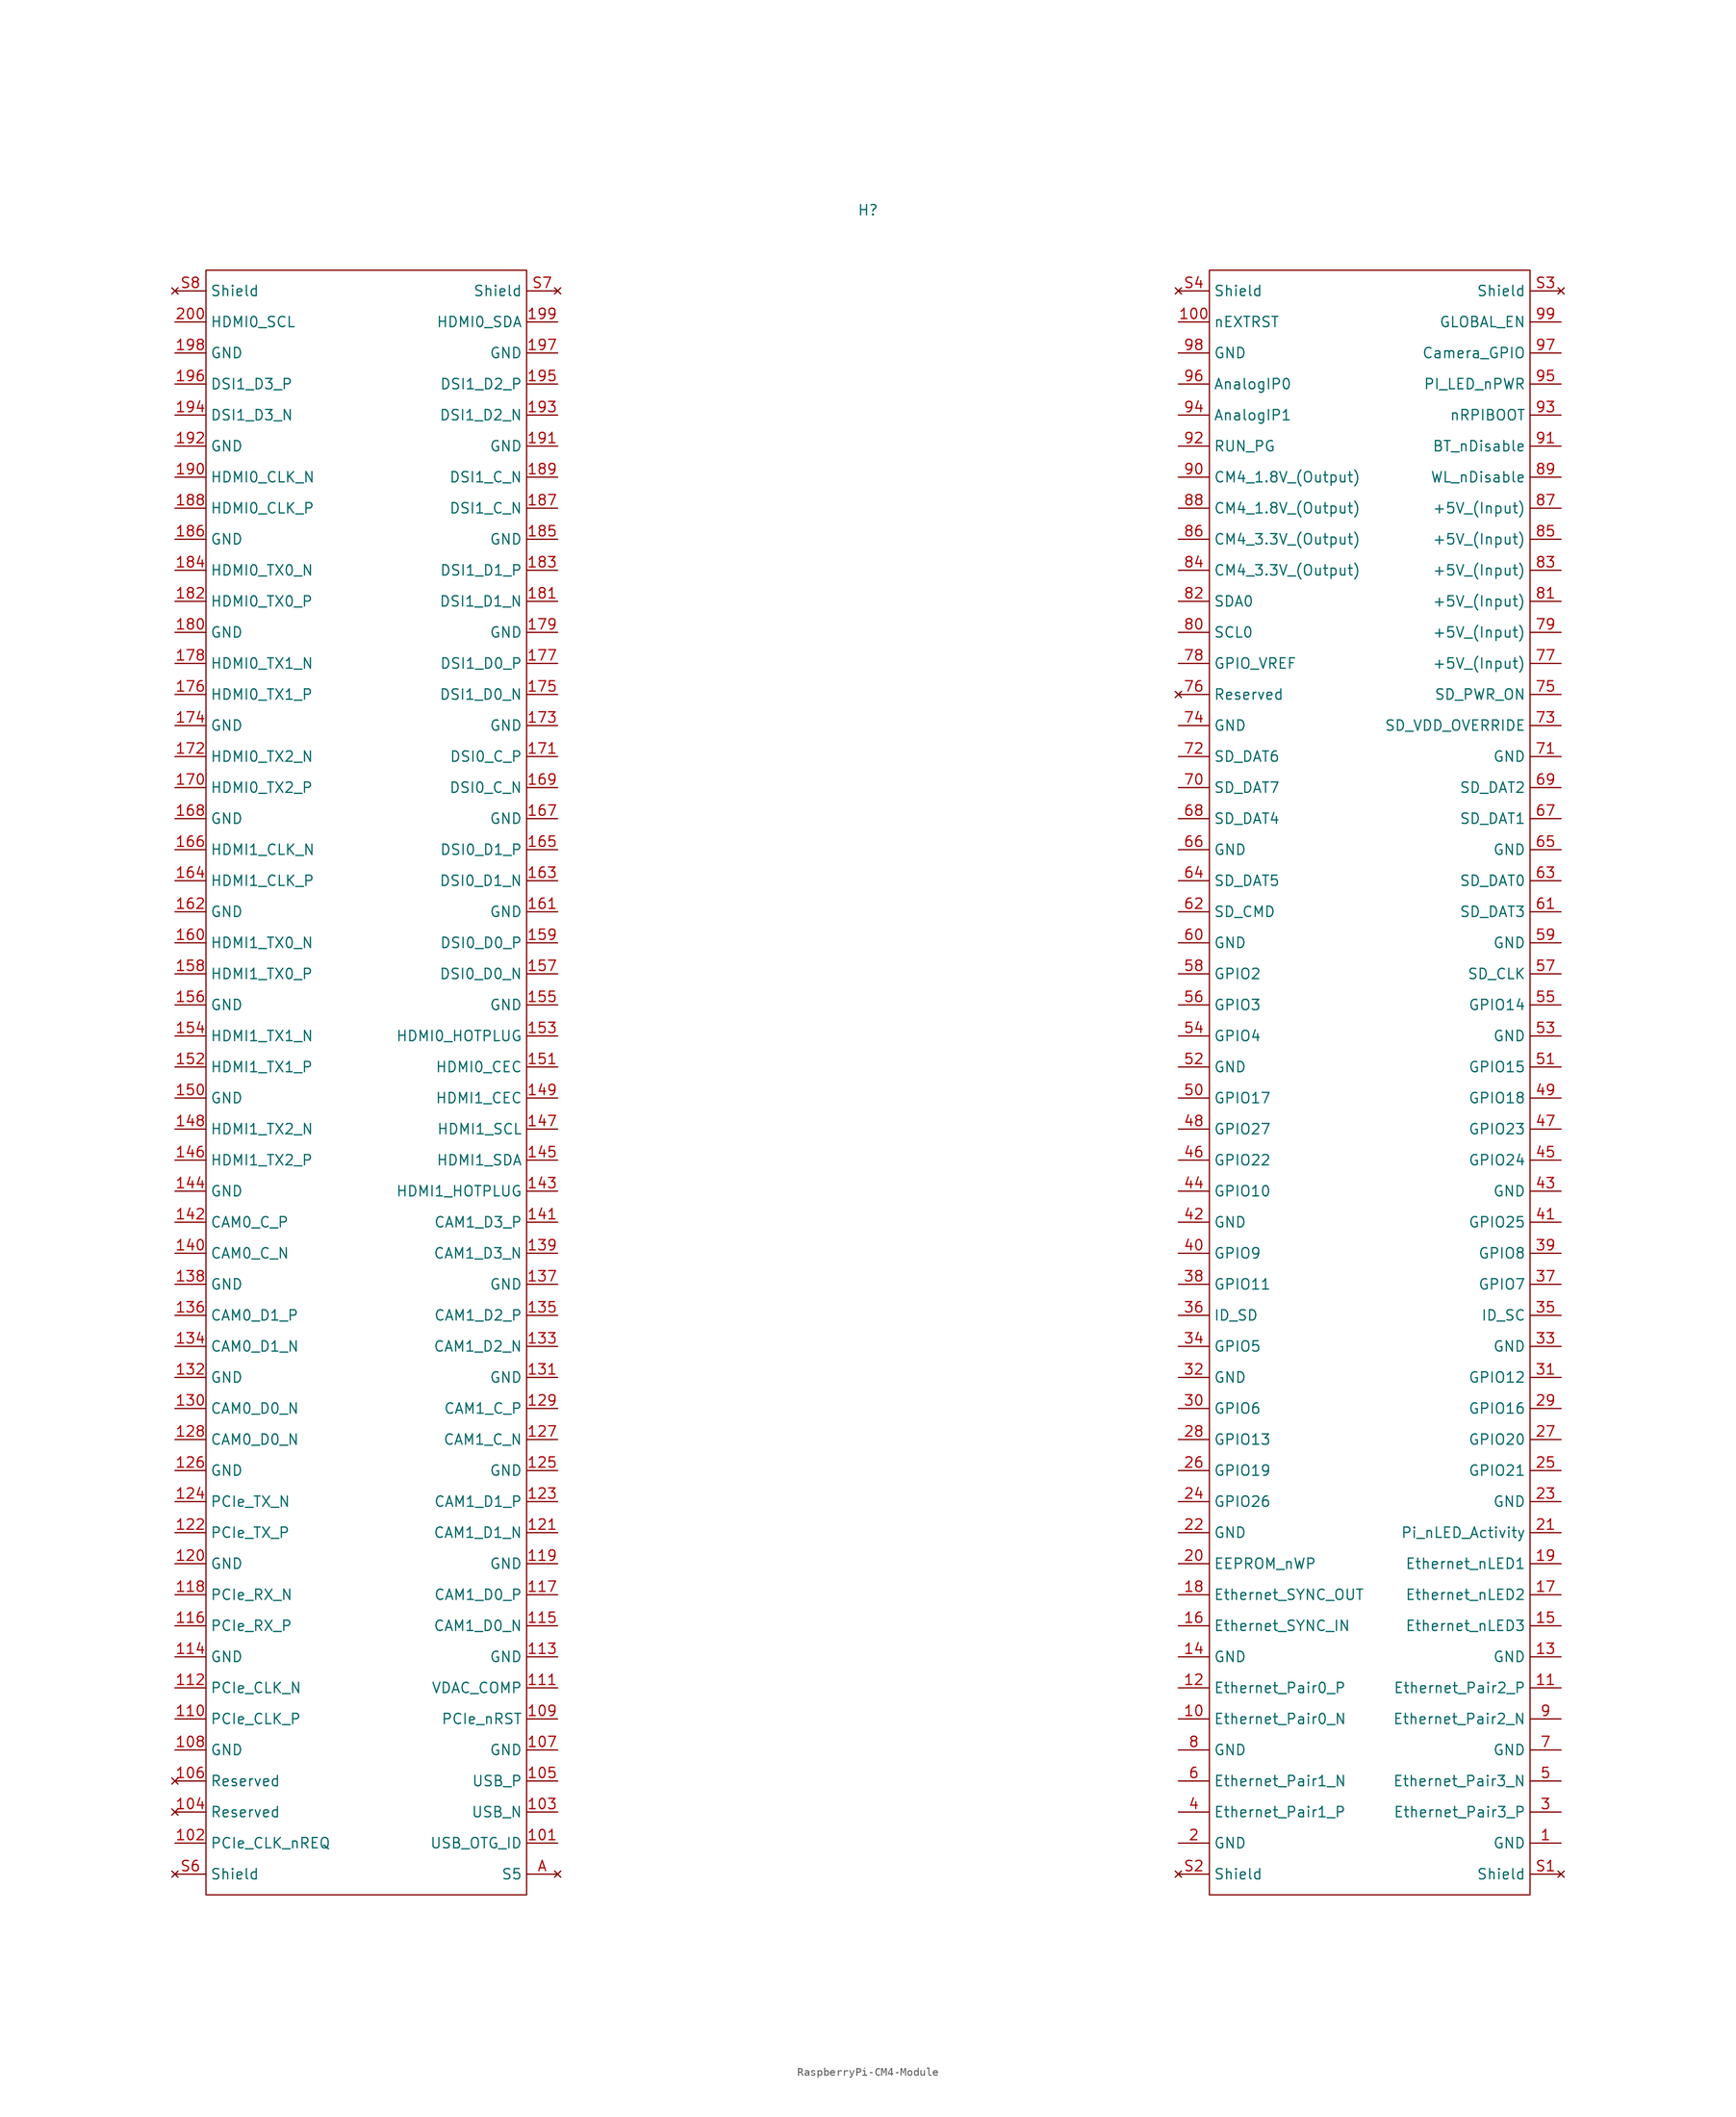
<source format=kicad_sym>
(kicad_symbol_lib
  (version 20241209)
  (generator "kicad_symbol_editor")
  (generator_version "9.0")
  (symbol "RaspberryPi-CM4-Module"
    (property "Reference" "H"
      (at 0 106.426 0)
      (effects (font (size 1.27 1.27))))
    (property "Value" ""
      (at 0 0 0)
      (effects (font (size 1.27 1.27))))
    (symbol "RaspberryPi-CM4-Module_0_1"
      (rectangle (start -81.28 99.06) (end -41.91 -100.33) (stroke (width 0) (type default)) (fill (type none)))
      (rectangle (start 41.91 99.06) (end 81.28 -100.33) (stroke (width 0) (type default)) (fill (type none))))
    (symbol "RaspberryPi-CM4-Module_1_1"
      (pin no_connect line (at -85.09 96.52 0) (length 3.81) (name "Shield" (effects (font (size 1.27 1.27)))) (number "S8" (effects (font (size 1.27 1.27)))))
      (pin bidirectional line (at -85.09 92.71 0) (length 3.81) (name "HDMI0_SCL" (effects (font (size 1.27 1.27)))) (number "200" (effects (font (size 1.27 1.27)))))
      (pin power_in line (at -85.09 88.9 0) (length 3.81) (name "GND" (effects (font (size 1.27 1.27)))) (number "198" (effects (font (size 1.27 1.27)))))
      (pin output line (at -85.09 85.09 0) (length 3.81) (name "DSI1_D3_P" (effects (font (size 1.27 1.27)))) (number "196" (effects (font (size 1.27 1.27)))))
      (pin output line (at -85.09 81.28 0) (length 3.81) (name "DSI1_D3_N" (effects (font (size 1.27 1.27)))) (number "194" (effects (font (size 1.27 1.27)))))
      (pin power_in line (at -85.09 77.47 0) (length 3.81) (name "GND" (effects (font (size 1.27 1.27)))) (number "192" (effects (font (size 1.27 1.27)))))
      (pin output line (at -85.09 73.66 0) (length 3.81) (name "HDMI0_CLK_N" (effects (font (size 1.27 1.27)))) (number "190" (effects (font (size 1.27 1.27)))))
      (pin output line (at -85.09 69.85 0) (length 3.81) (name "HDMI0_CLK_P" (effects (font (size 1.27 1.27)))) (number "188" (effects (font (size 1.27 1.27)))))
      (pin power_in line (at -85.09 66.04 0) (length 3.81) (name "GND" (effects (font (size 1.27 1.27)))) (number "186" (effects (font (size 1.27 1.27)))))
      (pin output line (at -85.09 62.23 0) (length 3.81) (name "HDMI0_TX0_N" (effects (font (size 1.27 1.27)))) (number "184" (effects (font (size 1.27 1.27)))))
      (pin output line (at -85.09 58.42 0) (length 3.81) (name "HDMI0_TX0_P" (effects (font (size 1.27 1.27)))) (number "182" (effects (font (size 1.27 1.27)))))
      (pin power_in line (at -85.09 54.61 0) (length 3.81) (name "GND" (effects (font (size 1.27 1.27)))) (number "180" (effects (font (size 1.27 1.27)))))
      (pin output line (at -85.09 50.8 0) (length 3.81) (name "HDMI0_TX1_N" (effects (font (size 1.27 1.27)))) (number "178" (effects (font (size 1.27 1.27)))))
      (pin output line (at -85.09 46.99 0) (length 3.81) (name "HDMI0_TX1_P" (effects (font (size 1.27 1.27)))) (number "176" (effects (font (size 1.27 1.27)))))
      (pin power_in line (at -85.09 43.18 0) (length 3.81) (name "GND" (effects (font (size 1.27 1.27)))) (number "174" (effects (font (size 1.27 1.27)))))
      (pin output line (at -85.09 39.37 0) (length 3.81) (name "HDMI0_TX2_N" (effects (font (size 1.27 1.27)))) (number "172" (effects (font (size 1.27 1.27)))))
      (pin output line (at -85.09 35.56 0) (length 3.81) (name "HDMI0_TX2_P" (effects (font (size 1.27 1.27)))) (number "170" (effects (font (size 1.27 1.27)))))
      (pin power_in line (at -85.09 31.75 0) (length 3.81) (name "GND" (effects (font (size 1.27 1.27)))) (number "168" (effects (font (size 1.27 1.27)))))
      (pin output line (at -85.09 27.94 0) (length 3.81) (name "HDMI1_CLK_N" (effects (font (size 1.27 1.27)))) (number "166" (effects (font (size 1.27 1.27)))))
      (pin output line (at -85.09 24.13 0) (length 3.81) (name "HDMI1_CLK_P" (effects (font (size 1.27 1.27)))) (number "164" (effects (font (size 1.27 1.27)))))
      (pin power_in line (at -85.09 20.32 0) (length 3.81) (name "GND" (effects (font (size 1.27 1.27)))) (number "162" (effects (font (size 1.27 1.27)))))
      (pin output line (at -85.09 16.51 0) (length 3.81) (name "HDMI1_TX0_N" (effects (font (size 1.27 1.27)))) (number "160" (effects (font (size 1.27 1.27)))))
      (pin output line (at -85.09 12.7 0) (length 3.81) (name "HDMI1_TX0_P" (effects (font (size 1.27 1.27)))) (number "158" (effects (font (size 1.27 1.27)))))
      (pin power_in line (at -85.09 8.89 0) (length 3.81) (name "GND" (effects (font (size 1.27 1.27)))) (number "156" (effects (font (size 1.27 1.27)))))
      (pin output line (at -85.09 5.08 0) (length 3.81) (name "HDMI1_TX1_N" (effects (font (size 1.27 1.27)))) (number "154" (effects (font (size 1.27 1.27)))))
      (pin output line (at -85.09 1.27 0) (length 3.81) (name "HDMI1_TX1_P" (effects (font (size 1.27 1.27)))) (number "152" (effects (font (size 1.27 1.27)))))
      (pin power_in line (at -85.09 -2.54 0) (length 3.81) (name "GND" (effects (font (size 1.27 1.27)))) (number "150" (effects (font (size 1.27 1.27)))))
      (pin output line (at -85.09 -6.35 0) (length 3.81) (name "HDMI1_TX2_N" (effects (font (size 1.27 1.27)))) (number "148" (effects (font (size 1.27 1.27)))))
      (pin output line (at -85.09 -10.16 0) (length 3.81) (name "HDMI1_TX2_P" (effects (font (size 1.27 1.27)))) (number "146" (effects (font (size 1.27 1.27)))))
      (pin power_in line (at -85.09 -13.97 0) (length 3.81) (name "GND" (effects (font (size 1.27 1.27)))) (number "144" (effects (font (size 1.27 1.27)))))
      (pin input line (at -85.09 -17.78 0) (length 3.81) (name "CAM0_C_P" (effects (font (size 1.27 1.27)))) (number "142" (effects (font (size 1.27 1.27)))))
      (pin input line (at -85.09 -21.59 0) (length 3.81) (name "CAM0_C_N" (effects (font (size 1.27 1.27)))) (number "140" (effects (font (size 1.27 1.27)))))
      (pin power_in line (at -85.09 -25.4 0) (length 3.81) (name "GND" (effects (font (size 1.27 1.27)))) (number "138" (effects (font (size 1.27 1.27)))))
      (pin input line (at -85.09 -29.21 0) (length 3.81) (name "CAM0_D1_P" (effects (font (size 1.27 1.27)))) (number "136" (effects (font (size 1.27 1.27)))))
      (pin input line (at -85.09 -33.02 0) (length 3.81) (name "CAM0_D1_N" (effects (font (size 1.27 1.27)))) (number "134" (effects (font (size 1.27 1.27)))))
      (pin power_in line (at -85.09 -36.83 0) (length 3.81) (name "GND" (effects (font (size 1.27 1.27)))) (number "132" (effects (font (size 1.27 1.27)))))
      (pin input line (at -85.09 -40.64 0) (length 3.81) (name "CAM0_D0_N" (effects (font (size 1.27 1.27)))) (number "130" (effects (font (size 1.27 1.27)))))
      (pin input line (at -85.09 -44.45 0) (length 3.81) (name "CAM0_D0_N" (effects (font (size 1.27 1.27)))) (number "128" (effects (font (size 1.27 1.27)))))
      (pin power_in line (at -85.09 -48.26 0) (length 3.81) (name "GND" (effects (font (size 1.27 1.27)))) (number "126" (effects (font (size 1.27 1.27)))))
      (pin output line (at -85.09 -52.07 0) (length 3.81) (name "PCIe_TX_N" (effects (font (size 1.27 1.27)))) (number "124" (effects (font (size 1.27 1.27)))))
      (pin output line (at -85.09 -55.88 0) (length 3.81) (name "PCIe_TX_P" (effects (font (size 1.27 1.27)))) (number "122" (effects (font (size 1.27 1.27)))))
      (pin power_in line (at -85.09 -59.69 0) (length 3.81) (name "GND" (effects (font (size 1.27 1.27)))) (number "120" (effects (font (size 1.27 1.27)))))
      (pin input line (at -85.09 -63.5 0) (length 3.81) (name "PCIe_RX_N" (effects (font (size 1.27 1.27)))) (number "118" (effects (font (size 1.27 1.27)))))
      (pin input line (at -85.09 -67.31 0) (length 3.81) (name "PCIe_RX_P" (effects (font (size 1.27 1.27)))) (number "116" (effects (font (size 1.27 1.27)))))
      (pin power_in line (at -85.09 -71.12 0) (length 3.81) (name "GND" (effects (font (size 1.27 1.27)))) (number "114" (effects (font (size 1.27 1.27)))))
      (pin output line (at -85.09 -74.93 0) (length 3.81) (name "PCIe_CLK_N" (effects (font (size 1.27 1.27)))) (number "112" (effects (font (size 1.27 1.27)))))
      (pin output line (at -85.09 -78.74 0) (length 3.81) (name "PCIe_CLK_P" (effects (font (size 1.27 1.27)))) (number "110" (effects (font (size 1.27 1.27)))))
      (pin power_in line (at -85.09 -82.55 0) (length 3.81) (name "GND" (effects (font (size 1.27 1.27)))) (number "108" (effects (font (size 1.27 1.27)))))
      (pin no_connect line (at -85.09 -86.36 0) (length 3.81) (name "Reserved" (effects (font (size 1.27 1.27)))) (number "106" (effects (font (size 1.27 1.27)))))
      (pin no_connect line (at -85.09 -90.17 0) (length 3.81) (name "Reserved" (effects (font (size 1.27 1.27)))) (number "104" (effects (font (size 1.27 1.27)))))
      (pin bidirectional line (at -85.09 -93.98 0) (length 3.81) (name "PCIe_CLK_nREQ" (effects (font (size 1.27 1.27)))) (number "102" (effects (font (size 1.27 1.27)))))
      (pin no_connect line (at -85.09 -97.79 0) (length 3.81) (name "Shield" (effects (font (size 1.27 1.27)))) (number "S6" (effects (font (size 1.27 1.27)))))
      (pin no_connect line (at -38.1 96.52 180) (length 3.81) (name "Shield" (effects (font (size 1.27 1.27)))) (number "S7" (effects (font (size 1.27 1.27)))))
      (pin bidirectional line (at -38.1 92.71 180) (length 3.81) (name "HDMI0_SDA" (effects (font (size 1.27 1.27)))) (number "199" (effects (font (size 1.27 1.27)))))
      (pin power_in line (at -38.1 88.9 180) (length 3.81) (name "GND" (effects (font (size 1.27 1.27)))) (number "197" (effects (font (size 1.27 1.27)))))
      (pin output line (at -38.1 85.09 180) (length 3.81) (name "DSI1_D2_P" (effects (font (size 1.27 1.27)))) (number "195" (effects (font (size 1.27 1.27)))))
      (pin output line (at -38.1 81.28 180) (length 3.81) (name "DSI1_D2_N" (effects (font (size 1.27 1.27)))) (number "193" (effects (font (size 1.27 1.27)))))
      (pin power_in line (at -38.1 77.47 180) (length 3.81) (name "GND" (effects (font (size 1.27 1.27)))) (number "191" (effects (font (size 1.27 1.27)))))
      (pin output line (at -38.1 73.66 180) (length 3.81) (name "DSI1_C_N" (effects (font (size 1.27 1.27)))) (number "189" (effects (font (size 1.27 1.27)))))
      (pin output line (at -38.1 69.85 180) (length 3.81) (name "DSI1_C_N" (effects (font (size 1.27 1.27)))) (number "187" (effects (font (size 1.27 1.27)))))
      (pin power_in line (at -38.1 66.04 180) (length 3.81) (name "GND" (effects (font (size 1.27 1.27)))) (number "185" (effects (font (size 1.27 1.27)))))
      (pin output line (at -38.1 62.23 180) (length 3.81) (name "DSI1_D1_P" (effects (font (size 1.27 1.27)))) (number "183" (effects (font (size 1.27 1.27)))))
      (pin output line (at -38.1 58.42 180) (length 3.81) (name "DSI1_D1_N" (effects (font (size 1.27 1.27)))) (number "181" (effects (font (size 1.27 1.27)))))
      (pin power_in line (at -38.1 54.61 180) (length 3.81) (name "GND" (effects (font (size 1.27 1.27)))) (number "179" (effects (font (size 1.27 1.27)))))
      (pin output line (at -38.1 50.8 180) (length 3.81) (name "DSI1_D0_P" (effects (font (size 1.27 1.27)))) (number "177" (effects (font (size 1.27 1.27)))))
      (pin output line (at -38.1 46.99 180) (length 3.81) (name "DSI1_D0_N" (effects (font (size 1.27 1.27)))) (number "175" (effects (font (size 1.27 1.27)))))
      (pin power_in line (at -38.1 43.18 180) (length 3.81) (name "GND" (effects (font (size 1.27 1.27)))) (number "173" (effects (font (size 1.27 1.27)))))
      (pin output line (at -38.1 39.37 180) (length 3.81) (name "DSI0_C_P" (effects (font (size 1.27 1.27)))) (number "171" (effects (font (size 1.27 1.27)))))
      (pin output line (at -38.1 35.56 180) (length 3.81) (name "DSI0_C_N" (effects (font (size 1.27 1.27)))) (number "169" (effects (font (size 1.27 1.27)))))
      (pin power_in line (at -38.1 31.75 180) (length 3.81) (name "GND" (effects (font (size 1.27 1.27)))) (number "167" (effects (font (size 1.27 1.27)))))
      (pin output line (at -38.1 27.94 180) (length 3.81) (name "DSI0_D1_P" (effects (font (size 1.27 1.27)))) (number "165" (effects (font (size 1.27 1.27)))))
      (pin output line (at -38.1 24.13 180) (length 3.81) (name "DSI0_D1_N" (effects (font (size 1.27 1.27)))) (number "163" (effects (font (size 1.27 1.27)))))
      (pin power_in line (at -38.1 20.32 180) (length 3.81) (name "GND" (effects (font (size 1.27 1.27)))) (number "161" (effects (font (size 1.27 1.27)))))
      (pin output line (at -38.1 16.51 180) (length 3.81) (name "DSI0_D0_P" (effects (font (size 1.27 1.27)))) (number "159" (effects (font (size 1.27 1.27)))))
      (pin output line (at -38.1 12.7 180) (length 3.81) (name "DSI0_D0_N" (effects (font (size 1.27 1.27)))) (number "157" (effects (font (size 1.27 1.27)))))
      (pin power_in line (at -38.1 8.89 180) (length 3.81) (name "GND" (effects (font (size 1.27 1.27)))) (number "155" (effects (font (size 1.27 1.27)))))
      (pin input line (at -38.1 5.08 180) (length 3.81) (name "HDMI0_HOTPLUG" (effects (font (size 1.27 1.27)))) (number "153" (effects (font (size 1.27 1.27)))))
      (pin input line (at -38.1 1.27 180) (length 3.81) (name "HDMI0_CEC" (effects (font (size 1.27 1.27)))) (number "151" (effects (font (size 1.27 1.27)))))
      (pin input line (at -38.1 -2.54 180) (length 3.81) (name "HDMI1_CEC" (effects (font (size 1.27 1.27)))) (number "149" (effects (font (size 1.27 1.27)))))
      (pin bidirectional line (at -38.1 -6.35 180) (length 3.81) (name "HDMI1_SCL" (effects (font (size 1.27 1.27)))) (number "147" (effects (font (size 1.27 1.27)))))
      (pin bidirectional line (at -38.1 -10.16 180) (length 3.81) (name "HDMI1_SDA" (effects (font (size 1.27 1.27)))) (number "145" (effects (font (size 1.27 1.27)))))
      (pin input line (at -38.1 -13.97 180) (length 3.81) (name "HDMI1_HOTPLUG" (effects (font (size 1.27 1.27)))) (number "143" (effects (font (size 1.27 1.27)))))
      (pin input line (at -38.1 -17.78 180) (length 3.81) (name "CAM1_D3_P" (effects (font (size 1.27 1.27)))) (number "141" (effects (font (size 1.27 1.27)))))
      (pin input line (at -38.1 -21.59 180) (length 3.81) (name "CAM1_D3_N" (effects (font (size 1.27 1.27)))) (number "139" (effects (font (size 1.27 1.27)))))
      (pin power_in line (at -38.1 -25.4 180) (length 3.81) (name "GND" (effects (font (size 1.27 1.27)))) (number "137" (effects (font (size 1.27 1.27)))))
      (pin input line (at -38.1 -29.21 180) (length 3.81) (name "CAM1_D2_P" (effects (font (size 1.27 1.27)))) (number "135" (effects (font (size 1.27 1.27)))))
      (pin input line (at -38.1 -33.02 180) (length 3.81) (name "CAM1_D2_N" (effects (font (size 1.27 1.27)))) (number "133" (effects (font (size 1.27 1.27)))))
      (pin power_in line (at -38.1 -36.83 180) (length 3.81) (name "GND" (effects (font (size 1.27 1.27)))) (number "131" (effects (font (size 1.27 1.27)))))
      (pin input line (at -38.1 -40.64 180) (length 3.81) (name "CAM1_C_P" (effects (font (size 1.27 1.27)))) (number "129" (effects (font (size 1.27 1.27)))))
      (pin input line (at -38.1 -44.45 180) (length 3.81) (name "CAM1_C_N" (effects (font (size 1.27 1.27)))) (number "127" (effects (font (size 1.27 1.27)))))
      (pin power_in line (at -38.1 -48.26 180) (length 3.81) (name "GND" (effects (font (size 1.27 1.27)))) (number "125" (effects (font (size 1.27 1.27)))))
      (pin input line (at -38.1 -52.07 180) (length 3.81) (name "CAM1_D1_P" (effects (font (size 1.27 1.27)))) (number "123" (effects (font (size 1.27 1.27)))))
      (pin input line (at -38.1 -55.88 180) (length 3.81) (name "CAM1_D1_N" (effects (font (size 1.27 1.27)))) (number "121" (effects (font (size 1.27 1.27)))))
      (pin power_in line (at -38.1 -59.69 180) (length 3.81) (name "GND" (effects (font (size 1.27 1.27)))) (number "119" (effects (font (size 1.27 1.27)))))
      (pin input line (at -38.1 -63.5 180) (length 3.81) (name "CAM1_D0_P" (effects (font (size 1.27 1.27)))) (number "117" (effects (font (size 1.27 1.27)))))
      (pin input line (at -38.1 -67.31 180) (length 3.81) (name "CAM1_D0_N" (effects (font (size 1.27 1.27)))) (number "115" (effects (font (size 1.27 1.27)))))
      (pin power_in line (at -38.1 -71.12 180) (length 3.81) (name "GND" (effects (font (size 1.27 1.27)))) (number "113" (effects (font (size 1.27 1.27)))))
      (pin output line (at -38.1 -74.93 180) (length 3.81) (name "VDAC_COMP" (effects (font (size 1.27 1.27)))) (number "111" (effects (font (size 1.27 1.27)))))
      (pin output line (at -38.1 -78.74 180) (length 3.81) (name "PCIe_nRST" (effects (font (size 1.27 1.27)))) (number "109" (effects (font (size 1.27 1.27)))))
      (pin power_in line (at -38.1 -82.55 180) (length 3.81) (name "GND" (effects (font (size 1.27 1.27)))) (number "107" (effects (font (size 1.27 1.27)))))
      (pin bidirectional line (at -38.1 -86.36 180) (length 3.81) (name "USB_P" (effects (font (size 1.27 1.27)))) (number "105" (effects (font (size 1.27 1.27)))))
      (pin bidirectional line (at -38.1 -90.17 180) (length 3.81) (name "USB_N" (effects (font (size 1.27 1.27)))) (number "103" (effects (font (size 1.27 1.27)))))
      (pin input line (at -38.1 -93.98 180) (length 3.81) (name "USB_OTG_ID" (effects (font (size 1.27 1.27)))) (number "101" (effects (font (size 1.27 1.27)))))
      (pin no_connect line (at -38.1 -97.79 180) (length 3.81) (name "S5" (effects (font (size 1.27 1.27)))) (number "A" (effects (font (size 1.27 1.27)))))
      (pin no_connect line (at 38.1 96.52 0) (length 3.81) (name "Shield" (effects (font (size 1.27 1.27)))) (number "S4" (effects (font (size 1.27 1.27)))))
      (pin output line (at 38.1 92.71 0) (length 3.81) (name "nEXTRST" (effects (font (size 1.27 1.27)))) (number "100" (effects (font (size 1.27 1.27)))))
      (pin power_in line (at 38.1 88.9 0) (length 3.81) (name "GND" (effects (font (size 1.27 1.27)))) (number "98" (effects (font (size 1.27 1.27)))))
      (pin input line (at 38.1 85.09 0) (length 3.81) (name "AnalogIP0" (effects (font (size 1.27 1.27)))) (number "96" (effects (font (size 1.27 1.27)))))
      (pin input line (at 38.1 81.28 0) (length 3.81) (name "AnalogIP1" (effects (font (size 1.27 1.27)))) (number "94" (effects (font (size 1.27 1.27)))))
      (pin bidirectional line (at 38.1 77.47 0) (length 3.81) (name "RUN_PG" (effects (font (size 1.27 1.27)))) (number "92" (effects (font (size 1.27 1.27)))))
      (pin power_out line (at 38.1 73.66 0) (length 3.81) (name "CM4_1.8V_(Output)" (effects (font (size 1.27 1.27)))) (number "90" (effects (font (size 1.27 1.27)))))
      (pin power_out line (at 38.1 69.85 0) (length 3.81) (name "CM4_1.8V_(Output)" (effects (font (size 1.27 1.27)))) (number "88" (effects (font (size 1.27 1.27)))))
      (pin power_out line (at 38.1 66.04 0) (length 3.81) (name "CM4_3.3V_(Output)" (effects (font (size 1.27 1.27)))) (number "86" (effects (font (size 1.27 1.27)))))
      (pin power_out line (at 38.1 62.23 0) (length 3.81) (name "CM4_3.3V_(Output)" (effects (font (size 1.27 1.27)))) (number "84" (effects (font (size 1.27 1.27)))))
      (pin bidirectional line (at 38.1 58.42 0) (length 3.81) (name "SDA0" (effects (font (size 1.27 1.27)))) (number "82" (effects (font (size 1.27 1.27)))))
      (pin output line (at 38.1 54.61 0) (length 3.81) (name "SCL0" (effects (font (size 1.27 1.27)))) (number "80" (effects (font (size 1.27 1.27)))))
      (pin power_in line (at 38.1 50.8 0) (length 3.81) (name "GPIO_VREF" (effects (font (size 1.27 1.27)))) (number "78" (effects (font (size 1.27 1.27)))))
      (pin no_connect line (at 38.1 46.99 0) (length 3.81) (name "Reserved" (effects (font (size 1.27 1.27)))) (number "76" (effects (font (size 1.27 1.27)))))
      (pin power_in line (at 38.1 43.18 0) (length 3.81) (name "GND" (effects (font (size 1.27 1.27)))) (number "74" (effects (font (size 1.27 1.27)))))
      (pin bidirectional line (at 38.1 39.37 0) (length 3.81) (name "SD_DAT6" (effects (font (size 1.27 1.27)))) (number "72" (effects (font (size 1.27 1.27)))))
      (pin bidirectional line (at 38.1 35.56 0) (length 3.81) (name "SD_DAT7" (effects (font (size 1.27 1.27)))) (number "70" (effects (font (size 1.27 1.27)))))
      (pin bidirectional line (at 38.1 31.75 0) (length 3.81) (name "SD_DAT4" (effects (font (size 1.27 1.27)))) (number "68" (effects (font (size 1.27 1.27)))))
      (pin power_in line (at 38.1 27.94 0) (length 3.81) (name "GND" (effects (font (size 1.27 1.27)))) (number "66" (effects (font (size 1.27 1.27)))))
      (pin bidirectional line (at 38.1 24.13 0) (length 3.81) (name "SD_DAT5" (effects (font (size 1.27 1.27)))) (number "64" (effects (font (size 1.27 1.27)))))
      (pin bidirectional line (at 38.1 20.32 0) (length 3.81) (name "SD_CMD" (effects (font (size 1.27 1.27)))) (number "62" (effects (font (size 1.27 1.27)))))
      (pin power_in line (at 38.1 16.51 0) (length 3.81) (name "GND" (effects (font (size 1.27 1.27)))) (number "60" (effects (font (size 1.27 1.27)))))
      (pin bidirectional line (at 38.1 12.7 0) (length 3.81) (name "GPIO2" (effects (font (size 1.27 1.27)))) (number "58" (effects (font (size 1.27 1.27)))))
      (pin bidirectional line (at 38.1 8.89 0) (length 3.81) (name "GPIO3" (effects (font (size 1.27 1.27)))) (number "56" (effects (font (size 1.27 1.27)))))
      (pin bidirectional line (at 38.1 5.08 0) (length 3.81) (name "GPIO4" (effects (font (size 1.27 1.27)))) (number "54" (effects (font (size 1.27 1.27)))))
      (pin power_in line (at 38.1 1.27 0) (length 3.81) (name "GND" (effects (font (size 1.27 1.27)))) (number "52" (effects (font (size 1.27 1.27)))))
      (pin bidirectional line (at 38.1 -2.54 0) (length 3.81) (name "GPIO17" (effects (font (size 1.27 1.27)))) (number "50" (effects (font (size 1.27 1.27)))))
      (pin bidirectional line (at 38.1 -6.35 0) (length 3.81) (name "GPIO27" (effects (font (size 1.27 1.27)))) (number "48" (effects (font (size 1.27 1.27)))))
      (pin bidirectional line (at 38.1 -10.16 0) (length 3.81) (name "GPIO22" (effects (font (size 1.27 1.27)))) (number "46" (effects (font (size 1.27 1.27)))))
      (pin bidirectional line (at 38.1 -13.97 0) (length 3.81) (name "GPIO10" (effects (font (size 1.27 1.27)))) (number "44" (effects (font (size 1.27 1.27)))))
      (pin power_in line (at 38.1 -17.78 0) (length 3.81) (name "GND" (effects (font (size 1.27 1.27)))) (number "42" (effects (font (size 1.27 1.27)))))
      (pin bidirectional line (at 38.1 -21.59 0) (length 3.81) (name "GPIO9" (effects (font (size 1.27 1.27)))) (number "40" (effects (font (size 1.27 1.27)))))
      (pin bidirectional line (at 38.1 -25.4 0) (length 3.81) (name "GPIO11" (effects (font (size 1.27 1.27)))) (number "38" (effects (font (size 1.27 1.27)))))
      (pin bidirectional line (at 38.1 -29.21 0) (length 3.81) (name "ID_SD" (effects (font (size 1.27 1.27)))) (number "36" (effects (font (size 1.27 1.27)))))
      (pin bidirectional line (at 38.1 -33.02 0) (length 3.81) (name "GPIO5" (effects (font (size 1.27 1.27)))) (number "34" (effects (font (size 1.27 1.27)))))
      (pin power_in line (at 38.1 -36.83 0) (length 3.81) (name "GND" (effects (font (size 1.27 1.27)))) (number "32" (effects (font (size 1.27 1.27)))))
      (pin bidirectional line (at 38.1 -40.64 0) (length 3.81) (name "GPIO6" (effects (font (size 1.27 1.27)))) (number "30" (effects (font (size 1.27 1.27)))))
      (pin bidirectional line (at 38.1 -44.45 0) (length 3.81) (name "GPIO13" (effects (font (size 1.27 1.27)))) (number "28" (effects (font (size 1.27 1.27)))))
      (pin bidirectional line (at 38.1 -48.26 0) (length 3.81) (name "GPIO19" (effects (font (size 1.27 1.27)))) (number "26" (effects (font (size 1.27 1.27)))))
      (pin bidirectional line (at 38.1 -52.07 0) (length 3.81) (name "GPIO26" (effects (font (size 1.27 1.27)))) (number "24" (effects (font (size 1.27 1.27)))))
      (pin power_in line (at 38.1 -55.88 0) (length 3.81) (name "GND" (effects (font (size 1.27 1.27)))) (number "22" (effects (font (size 1.27 1.27)))))
      (pin input line (at 38.1 -59.69 0) (length 3.81) (name "EEPROM_nWP" (effects (font (size 1.27 1.27)))) (number "20" (effects (font (size 1.27 1.27)))))
      (pin output line (at 38.1 -63.5 0) (length 3.81) (name "Ethernet_SYNC_OUT" (effects (font (size 1.27 1.27)))) (number "18" (effects (font (size 1.27 1.27)))))
      (pin input line (at 38.1 -67.31 0) (length 3.81) (name "Ethernet_SYNC_IN" (effects (font (size 1.27 1.27)))) (number "16" (effects (font (size 1.27 1.27)))))
      (pin power_in line (at 38.1 -71.12 0) (length 3.81) (name "GND" (effects (font (size 1.27 1.27)))) (number "14" (effects (font (size 1.27 1.27)))))
      (pin bidirectional line (at 38.1 -74.93 0) (length 3.81) (name "Ethernet_Pair0_P" (effects (font (size 1.27 1.27)))) (number "12" (effects (font (size 1.27 1.27)))))
      (pin bidirectional line (at 38.1 -78.74 0) (length 3.81) (name "Ethernet_Pair0_N" (effects (font (size 1.27 1.27)))) (number "10" (effects (font (size 1.27 1.27)))))
      (pin power_in line (at 38.1 -82.55 0) (length 3.81) (name "GND" (effects (font (size 1.27 1.27)))) (number "8" (effects (font (size 1.27 1.27)))))
      (pin bidirectional line (at 38.1 -86.36 0) (length 3.81) (name "Ethernet_Pair1_N" (effects (font (size 1.27 1.27)))) (number "6" (effects (font (size 1.27 1.27)))))
      (pin bidirectional line (at 38.1 -90.17 0) (length 3.81) (name "Ethernet_Pair1_P" (effects (font (size 1.27 1.27)))) (number "4" (effects (font (size 1.27 1.27)))))
      (pin power_in line (at 38.1 -93.98 0) (length 3.81) (name "GND" (effects (font (size 1.27 1.27)))) (number "2" (effects (font (size 1.27 1.27)))))
      (pin no_connect line (at 38.1 -97.79 0) (length 3.81) (name "Shield" (effects (font (size 1.27 1.27)))) (number "S2" (effects (font (size 1.27 1.27)))))
      (pin no_connect line (at 85.09 96.52 180) (length 3.81) (name "Shield" (effects (font (size 1.27 1.27)))) (number "S3" (effects (font (size 1.27 1.27)))))
      (pin input line (at 85.09 92.71 180) (length 3.81) (name "GLOBAL_EN" (effects (font (size 1.27 1.27)))) (number "99" (effects (font (size 1.27 1.27)))))
      (pin bidirectional line (at 85.09 88.9 180) (length 3.81) (name "Camera_GPIO" (effects (font (size 1.27 1.27)))) (number "97" (effects (font (size 1.27 1.27)))))
      (pin output line (at 85.09 85.09 180) (length 3.81) (name "PI_LED_nPWR" (effects (font (size 1.27 1.27)))) (number "95" (effects (font (size 1.27 1.27)))))
      (pin input line (at 85.09 81.28 180) (length 3.81) (name "nRPIBOOT" (effects (font (size 1.27 1.27)))) (number "93" (effects (font (size 1.27 1.27)))))
      (pin input line (at 85.09 77.47 180) (length 3.81) (name "BT_nDisable" (effects (font (size 1.27 1.27)))) (number "91" (effects (font (size 1.27 1.27)))))
      (pin input line (at 85.09 73.66 180) (length 3.81) (name "WL_nDisable" (effects (font (size 1.27 1.27)))) (number "89" (effects (font (size 1.27 1.27)))))
      (pin power_in line (at 85.09 69.85 180) (length 3.81) (name "+5V_(Input)" (effects (font (size 1.27 1.27)))) (number "87" (effects (font (size 1.27 1.27)))))
      (pin power_in line (at 85.09 66.04 180) (length 3.81) (name "+5V_(Input)" (effects (font (size 1.27 1.27)))) (number "85" (effects (font (size 1.27 1.27)))))
      (pin power_in line (at 85.09 62.23 180) (length 3.81) (name "+5V_(Input)" (effects (font (size 1.27 1.27)))) (number "83" (effects (font (size 1.27 1.27)))))
      (pin power_in line (at 85.09 58.42 180) (length 3.81) (name "+5V_(Input)" (effects (font (size 1.27 1.27)))) (number "81" (effects (font (size 1.27 1.27)))))
      (pin power_in line (at 85.09 54.61 180) (length 3.81) (name "+5V_(Input)" (effects (font (size 1.27 1.27)))) (number "79" (effects (font (size 1.27 1.27)))))
      (pin power_in line (at 85.09 50.8 180) (length 3.81) (name "+5V_(Input)" (effects (font (size 1.27 1.27)))) (number "77" (effects (font (size 1.27 1.27)))))
      (pin output line (at 85.09 46.99 180) (length 3.81) (name "SD_PWR_ON" (effects (font (size 1.27 1.27)))) (number "75" (effects (font (size 1.27 1.27)))))
      (pin input line (at 85.09 43.18 180) (length 3.81) (name "SD_VDD_OVERRIDE" (effects (font (size 1.27 1.27)))) (number "73" (effects (font (size 1.27 1.27)))))
      (pin power_in line (at 85.09 39.37 180) (length 3.81) (name "GND" (effects (font (size 1.27 1.27)))) (number "71" (effects (font (size 1.27 1.27)))))
      (pin bidirectional line (at 85.09 35.56 180) (length 3.81) (name "SD_DAT2" (effects (font (size 1.27 1.27)))) (number "69" (effects (font (size 1.27 1.27)))))
      (pin bidirectional line (at 85.09 31.75 180) (length 3.81) (name "SD_DAT1" (effects (font (size 1.27 1.27)))) (number "67" (effects (font (size 1.27 1.27)))))
      (pin power_in line (at 85.09 27.94 180) (length 3.81) (name "GND" (effects (font (size 1.27 1.27)))) (number "65" (effects (font (size 1.27 1.27)))))
      (pin bidirectional line (at 85.09 24.13 180) (length 3.81) (name "SD_DAT0" (effects (font (size 1.27 1.27)))) (number "63" (effects (font (size 1.27 1.27)))))
      (pin bidirectional line (at 85.09 20.32 180) (length 3.81) (name "SD_DAT3" (effects (font (size 1.27 1.27)))) (number "61" (effects (font (size 1.27 1.27)))))
      (pin power_in line (at 85.09 16.51 180) (length 3.81) (name "GND" (effects (font (size 1.27 1.27)))) (number "59" (effects (font (size 1.27 1.27)))))
      (pin output line (at 85.09 12.7 180) (length 3.81) (name "SD_CLK" (effects (font (size 1.27 1.27)))) (number "57" (effects (font (size 1.27 1.27)))))
      (pin bidirectional line (at 85.09 8.89 180) (length 3.81) (name "GPIO14" (effects (font (size 1.27 1.27)))) (number "55" (effects (font (size 1.27 1.27)))))
      (pin power_in line (at 85.09 5.08 180) (length 3.81) (name "GND" (effects (font (size 1.27 1.27)))) (number "53" (effects (font (size 1.27 1.27)))))
      (pin bidirectional line (at 85.09 1.27 180) (length 3.81) (name "GPIO15" (effects (font (size 1.27 1.27)))) (number "51" (effects (font (size 1.27 1.27)))))
      (pin bidirectional line (at 85.09 -2.54 180) (length 3.81) (name "GPIO18" (effects (font (size 1.27 1.27)))) (number "49" (effects (font (size 1.27 1.27)))))
      (pin bidirectional line (at 85.09 -6.35 180) (length 3.81) (name "GPIO23" (effects (font (size 1.27 1.27)))) (number "47" (effects (font (size 1.27 1.27)))))
      (pin bidirectional line (at 85.09 -10.16 180) (length 3.81) (name "GPIO24" (effects (font (size 1.27 1.27)))) (number "45" (effects (font (size 1.27 1.27)))))
      (pin power_in line (at 85.09 -13.97 180) (length 3.81) (name "GND" (effects (font (size 1.27 1.27)))) (number "43" (effects (font (size 1.27 1.27)))))
      (pin bidirectional line (at 85.09 -17.78 180) (length 3.81) (name "GPIO25" (effects (font (size 1.27 1.27)))) (number "41" (effects (font (size 1.27 1.27)))))
      (pin bidirectional line (at 85.09 -21.59 180) (length 3.81) (name "GPIO8" (effects (font (size 1.27 1.27)))) (number "39" (effects (font (size 1.27 1.27)))))
      (pin bidirectional line (at 85.09 -25.4 180) (length 3.81) (name "GPIO7" (effects (font (size 1.27 1.27)))) (number "37" (effects (font (size 1.27 1.27)))))
      (pin bidirectional line (at 85.09 -29.21 180) (length 3.81) (name "ID_SC" (effects (font (size 1.27 1.27)))) (number "35" (effects (font (size 1.27 1.27)))))
      (pin power_in line (at 85.09 -33.02 180) (length 3.81) (name "GND" (effects (font (size 1.27 1.27)))) (number "33" (effects (font (size 1.27 1.27)))))
      (pin bidirectional line (at 85.09 -36.83 180) (length 3.81) (name "GPIO12" (effects (font (size 1.27 1.27)))) (number "31" (effects (font (size 1.27 1.27)))))
      (pin bidirectional line (at 85.09 -40.64 180) (length 3.81) (name "GPIO16" (effects (font (size 1.27 1.27)))) (number "29" (effects (font (size 1.27 1.27)))))
      (pin bidirectional line (at 85.09 -44.45 180) (length 3.81) (name "GPIO20" (effects (font (size 1.27 1.27)))) (number "27" (effects (font (size 1.27 1.27)))))
      (pin bidirectional line (at 85.09 -48.26 180) (length 3.81) (name "GPIO21" (effects (font (size 1.27 1.27)))) (number "25" (effects (font (size 1.27 1.27)))))
      (pin power_in line (at 85.09 -52.07 180) (length 3.81) (name "GND" (effects (font (size 1.27 1.27)))) (number "23" (effects (font (size 1.27 1.27)))))
      (pin output line (at 85.09 -55.88 180) (length 3.81) (name "Pi_nLED_Activity" (effects (font (size 1.27 1.27)))) (number "21" (effects (font (size 1.27 1.27)))))
      (pin output line (at 85.09 -59.69 180) (length 3.81) (name "Ethernet_nLED1" (effects (font (size 1.27 1.27)))) (number "19" (effects (font (size 1.27 1.27)))))
      (pin output line (at 85.09 -63.5 180) (length 3.81) (name "Ethernet_nLED2" (effects (font (size 1.27 1.27)))) (number "17" (effects (font (size 1.27 1.27)))))
      (pin output line (at 85.09 -67.31 180) (length 3.81) (name "Ethernet_nLED3" (effects (font (size 1.27 1.27)))) (number "15" (effects (font (size 1.27 1.27)))))
      (pin power_in line (at 85.09 -71.12 180) (length 3.81) (name "GND" (effects (font (size 1.27 1.27)))) (number "13" (effects (font (size 1.27 1.27)))))
      (pin bidirectional line (at 85.09 -74.93 180) (length 3.81) (name "Ethernet_Pair2_P" (effects (font (size 1.27 1.27)))) (number "11" (effects (font (size 1.27 1.27)))))
      (pin bidirectional line (at 85.09 -78.74 180) (length 3.81) (name "Ethernet_Pair2_N" (effects (font (size 1.27 1.27)))) (number "9" (effects (font (size 1.27 1.27)))))
      (pin power_in line (at 85.09 -82.55 180) (length 3.81) (name "GND" (effects (font (size 1.27 1.27)))) (number "7" (effects (font (size 1.27 1.27)))))
      (pin bidirectional line (at 85.09 -86.36 180) (length 3.81) (name "Ethernet_Pair3_N" (effects (font (size 1.27 1.27)))) (number "5" (effects (font (size 1.27 1.27)))))
      (pin bidirectional line (at 85.09 -90.17 180) (length 3.81) (name "Ethernet_Pair3_P" (effects (font (size 1.27 1.27)))) (number "3" (effects (font (size 1.27 1.27)))))
      (pin power_in line (at 85.09 -93.98 180) (length 3.81) (name "GND" (effects (font (size 1.27 1.27)))) (number "1" (effects (font (size 1.27 1.27)))))
      (pin no_connect line (at 85.09 -97.79 180) (length 3.81) (name "Shield" (effects (font (size 1.27 1.27)))) (number "S1" (effects (font (size 1.27 1.27))))))))
</source>
